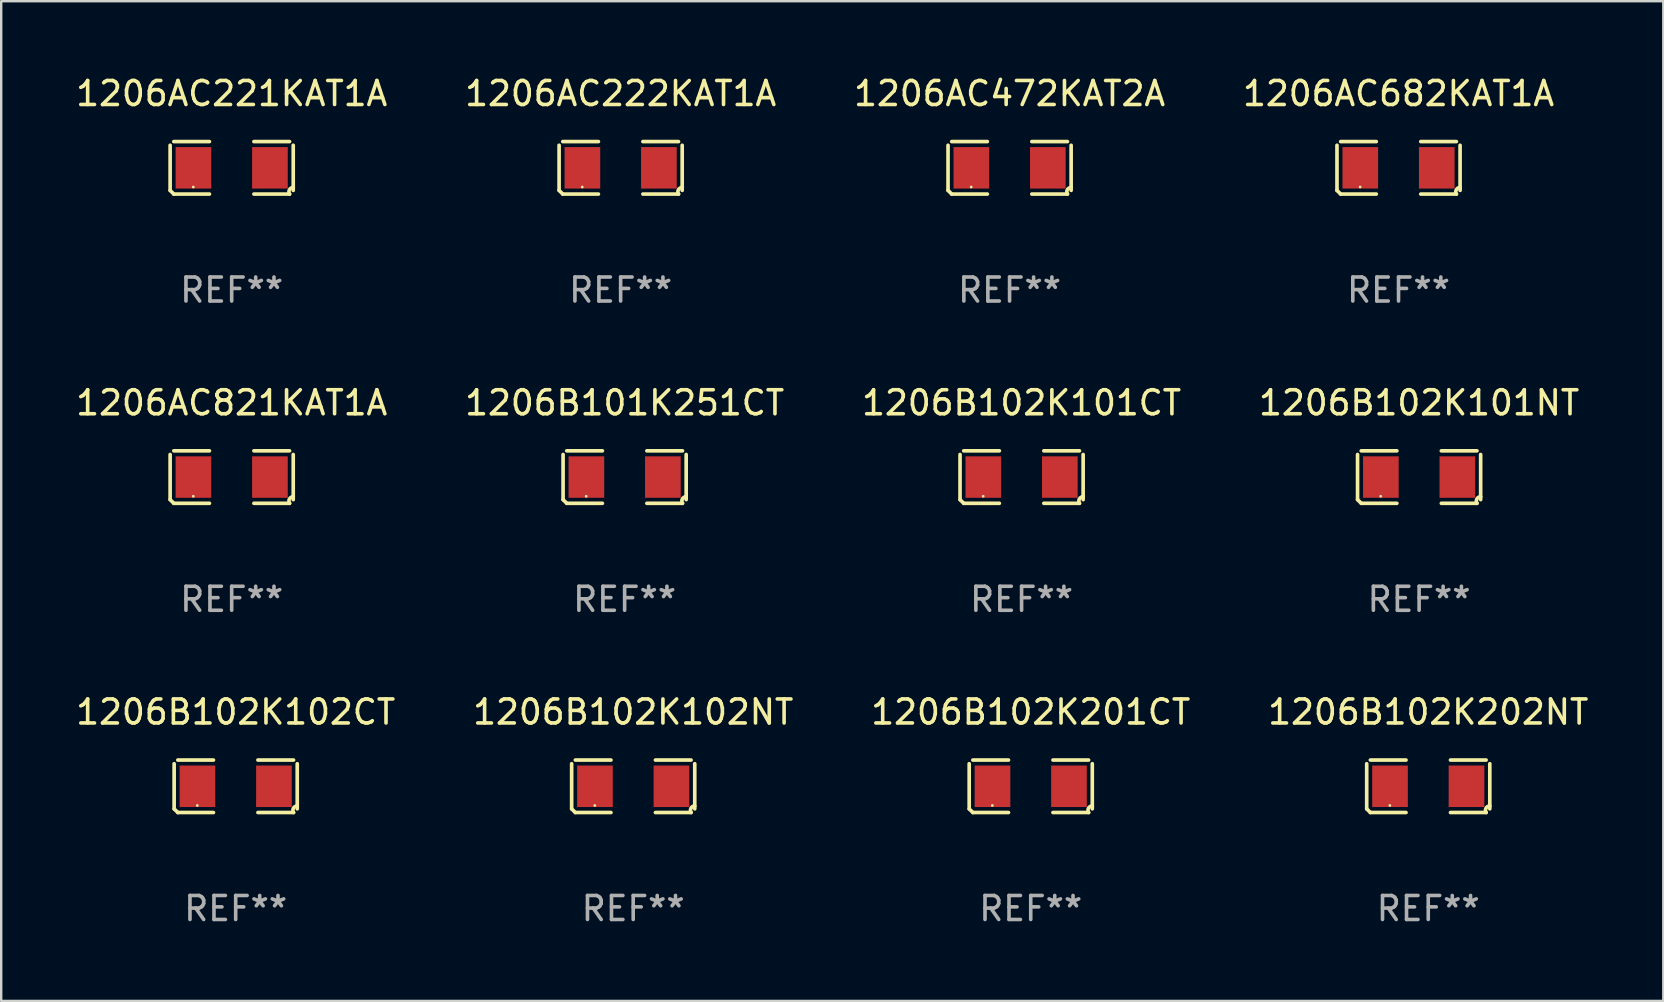
<source format=kicad_pcb>
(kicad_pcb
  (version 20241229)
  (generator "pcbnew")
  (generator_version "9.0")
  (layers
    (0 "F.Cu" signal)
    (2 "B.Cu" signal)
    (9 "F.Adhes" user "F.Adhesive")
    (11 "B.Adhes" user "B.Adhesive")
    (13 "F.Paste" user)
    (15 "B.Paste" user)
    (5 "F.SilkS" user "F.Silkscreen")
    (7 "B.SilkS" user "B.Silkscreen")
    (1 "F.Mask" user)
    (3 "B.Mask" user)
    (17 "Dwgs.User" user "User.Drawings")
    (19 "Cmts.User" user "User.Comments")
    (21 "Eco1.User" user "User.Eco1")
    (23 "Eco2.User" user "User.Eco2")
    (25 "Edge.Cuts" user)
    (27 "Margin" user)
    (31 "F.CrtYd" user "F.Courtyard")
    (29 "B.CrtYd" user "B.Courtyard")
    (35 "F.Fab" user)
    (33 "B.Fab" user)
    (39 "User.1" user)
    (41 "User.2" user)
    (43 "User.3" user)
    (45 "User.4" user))
  (footprint "1206B102K102NT"
    (layer "F.Cu")
    (at 23.327 29.704)
    (property "Reference" "1206B102K102NT" (at 0 -3.093 0) (layer "F.SilkS") (effects (font (size 1 1) (thickness 0.15))))
    (attr through_hole)
    (fp_line (start -2.564 0.94) (end -2.564 -0.94) (stroke (width 0.152) (type solid)) (layer "F.SilkS"))
    (fp_line (start -2.411 -1.093) (end -0.926 -1.093) (stroke (width 0.152) (type solid)) (layer "F.SilkS"))
    (fp_line (start -0.926 1.093) (end -2.411 1.093) (stroke (width 0.152) (type solid)) (layer "F.SilkS"))
    (fp_line (start 0.926 1.093) (end 2.411 1.093) (stroke (width 0.152) (type solid)) (layer "F.SilkS"))
    (fp_line (start 2.411 -1.093) (end 0.926 -1.093) (stroke (width 0.152) (type solid)) (layer "F.SilkS"))
    (fp_line (start 2.564 0.94) (end 2.564 -0.94) (stroke (width 0.152) (type solid)) (layer "F.SilkS"))
    (fp_arc (start -2.411201 1.092609) (mid -2.487413 1.01642) (end -2.563602 0.940208) (stroke (width 0.1524) (type solid)) (layer "F.SilkS"))
    (fp_arc (start 2.411201 1.092609) (mid 2.407159 0.911226) (end 2.563602 0.819347) (stroke (width 0.1524) (type solid)) (layer "F.SilkS"))
    (fp_circle (center -1.6 0.8) (end -1.57 0.8) (stroke (width 0.06) (type solid)) (fill no) (layer "F.SilkS"))
    (fp_text user "REF**" (at 0 5.093 0) (layer "F.Fab") (effects (font (size 1 1) (thickness 0.15))))
    (pad "1" smd rect (at -1.593 0) (size 1.485 1.728) (layers "F.Cu" "F.Mask" "F.Paste"))
    (pad "2" smd rect (at 1.593 0) (size 1.485 1.728) (layers "F.Cu" "F.Mask" "F.Paste")))
  (footprint "1206B102K101NT"
    (layer "F.Cu")
    (at 56.065 16.823)
    (property "Reference" "1206B102K101NT" (at 0 -3.093 0) (layer "F.SilkS") (effects (font (size 1 1) (thickness 0.15))))
    (attr through_hole)
    (fp_line (start -2.564 0.94) (end -2.564 -0.94) (stroke (width 0.152) (type solid)) (layer "F.SilkS"))
    (fp_line (start -2.411 -1.093) (end -0.926 -1.093) (stroke (width 0.152) (type solid)) (layer "F.SilkS"))
    (fp_line (start -0.926 1.093) (end -2.411 1.093) (stroke (width 0.152) (type solid)) (layer "F.SilkS"))
    (fp_line (start 0.926 1.093) (end 2.411 1.093) (stroke (width 0.152) (type solid)) (layer "F.SilkS"))
    (fp_line (start 2.411 -1.093) (end 0.926 -1.093) (stroke (width 0.152) (type solid)) (layer "F.SilkS"))
    (fp_line (start 2.564 0.94) (end 2.564 -0.94) (stroke (width 0.152) (type solid)) (layer "F.SilkS"))
    (fp_arc (start -2.411201 1.092609) (mid -2.487413 1.01642) (end -2.563602 0.940208) (stroke (width 0.1524) (type solid)) (layer "F.SilkS"))
    (fp_arc (start 2.411201 1.092609) (mid 2.407159 0.911226) (end 2.563602 0.819347) (stroke (width 0.1524) (type solid)) (layer "F.SilkS"))
    (fp_circle (center -1.6 0.8) (end -1.57 0.8) (stroke (width 0.06) (type solid)) (fill no) (layer "F.SilkS"))
    (fp_text user "REF**" (at 0 5.093 0) (layer "F.Fab") (effects (font (size 1 1) (thickness 0.15))))
    (pad "1" smd rect (at -1.593 0) (size 1.485 1.728) (layers "F.Cu" "F.Mask" "F.Paste"))
    (pad "2" smd rect (at 1.593 0) (size 1.485 1.728) (layers "F.Cu" "F.Mask" "F.Paste")))
  (footprint "1206AC221KAT1A"
    (layer "F.Cu")
    (at 6.601 3.941)
    (property "Reference" "1206AC221KAT1A" (at 0 -3.093 0) (layer "F.SilkS") (effects (font (size 1 1) (thickness 0.15))))
    (attr through_hole)
    (fp_line (start -2.564 0.94) (end -2.564 -0.94) (stroke (width 0.152) (type solid)) (layer "F.SilkS"))
    (fp_line (start -2.411 -1.093) (end -0.926 -1.093) (stroke (width 0.152) (type solid)) (layer "F.SilkS"))
    (fp_line (start -0.926 1.093) (end -2.411 1.093) (stroke (width 0.152) (type solid)) (layer "F.SilkS"))
    (fp_line (start 0.926 1.093) (end 2.411 1.093) (stroke (width 0.152) (type solid)) (layer "F.SilkS"))
    (fp_line (start 2.411 -1.093) (end 0.926 -1.093) (stroke (width 0.152) (type solid)) (layer "F.SilkS"))
    (fp_line (start 2.564 0.94) (end 2.564 -0.94) (stroke (width 0.152) (type solid)) (layer "F.SilkS"))
    (fp_arc (start -2.411201 1.092609) (mid -2.487413 1.01642) (end -2.563602 0.940208) (stroke (width 0.1524) (type solid)) (layer "F.SilkS"))
    (fp_arc (start 2.411201 1.092609) (mid 2.407159 0.911226) (end 2.563602 0.819347) (stroke (width 0.1524) (type solid)) (layer "F.SilkS"))
    (fp_circle (center -1.6 0.8) (end -1.57 0.8) (stroke (width 0.06) (type solid)) (fill no) (layer "F.SilkS"))
    (fp_text user "REF**" (at 0 5.093 0) (layer "F.Fab") (effects (font (size 1 1) (thickness 0.15))))
    (pad "1" smd rect (at -1.593 0) (size 1.485 1.728) (layers "F.Cu" "F.Mask" "F.Paste"))
    (pad "2" smd rect (at 1.593 0) (size 1.485 1.728) (layers "F.Cu" "F.Mask" "F.Paste")))
  (footprint "1206B101K251CT"
    (layer "F.Cu")
    (at 22.97 16.823)
    (property "Reference" "1206B101K251CT" (at 0 -3.093 0) (layer "F.SilkS") (effects (font (size 1 1) (thickness 0.15))))
    (attr through_hole)
    (fp_line (start -2.564 0.94) (end -2.564 -0.94) (stroke (width 0.152) (type solid)) (layer "F.SilkS"))
    (fp_line (start -2.411 -1.093) (end -0.926 -1.093) (stroke (width 0.152) (type solid)) (layer "F.SilkS"))
    (fp_line (start -0.926 1.093) (end -2.411 1.093) (stroke (width 0.152) (type solid)) (layer "F.SilkS"))
    (fp_line (start 0.926 1.093) (end 2.411 1.093) (stroke (width 0.152) (type solid)) (layer "F.SilkS"))
    (fp_line (start 2.411 -1.093) (end 0.926 -1.093) (stroke (width 0.152) (type solid)) (layer "F.SilkS"))
    (fp_line (start 2.564 0.94) (end 2.564 -0.94) (stroke (width 0.152) (type solid)) (layer "F.SilkS"))
    (fp_arc (start -2.411201 1.092609) (mid -2.487413 1.01642) (end -2.563602 0.940208) (stroke (width 0.1524) (type solid)) (layer "F.SilkS"))
    (fp_arc (start 2.411201 1.092609) (mid 2.407159 0.911226) (end 2.563602 0.819347) (stroke (width 0.1524) (type solid)) (layer "F.SilkS"))
    (fp_circle (center -1.6 0.8) (end -1.57 0.8) (stroke (width 0.06) (type solid)) (fill no) (layer "F.SilkS"))
    (fp_text user "REF**" (at 0 5.093 0) (layer "F.Fab") (effects (font (size 1 1) (thickness 0.15))))
    (pad "1" smd rect (at -1.593 0) (size 1.485 1.728) (layers "F.Cu" "F.Mask" "F.Paste"))
    (pad "2" smd rect (at 1.593 0) (size 1.485 1.728) (layers "F.Cu" "F.Mask" "F.Paste")))
  (footprint "1206B102K202NT"
    (layer "F.Cu")
    (at 56.446 29.704)
    (property "Reference" "1206B102K202NT" (at 0 -3.093 0) (layer "F.SilkS") (effects (font (size 1 1) (thickness 0.15))))
    (attr through_hole)
    (fp_line (start -2.564 0.94) (end -2.564 -0.94) (stroke (width 0.152) (type solid)) (layer "F.SilkS"))
    (fp_line (start -2.411 -1.093) (end -0.926 -1.093) (stroke (width 0.152) (type solid)) (layer "F.SilkS"))
    (fp_line (start -0.926 1.093) (end -2.411 1.093) (stroke (width 0.152) (type solid)) (layer "F.SilkS"))
    (fp_line (start 0.926 1.093) (end 2.411 1.093) (stroke (width 0.152) (type solid)) (layer "F.SilkS"))
    (fp_line (start 2.411 -1.093) (end 0.926 -1.093) (stroke (width 0.152) (type solid)) (layer "F.SilkS"))
    (fp_line (start 2.564 0.94) (end 2.564 -0.94) (stroke (width 0.152) (type solid)) (layer "F.SilkS"))
    (fp_arc (start -2.411201 1.092609) (mid -2.487413 1.01642) (end -2.563602 0.940208) (stroke (width 0.1524) (type solid)) (layer "F.SilkS"))
    (fp_arc (start 2.411201 1.092609) (mid 2.407159 0.911226) (end 2.563602 0.819347) (stroke (width 0.1524) (type solid)) (layer "F.SilkS"))
    (fp_circle (center -1.6 0.8) (end -1.57 0.8) (stroke (width 0.06) (type solid)) (fill no) (layer "F.SilkS"))
    (fp_text user "REF**" (at 0 5.093 0) (layer "F.Fab") (effects (font (size 1 1) (thickness 0.15))))
    (pad "1" smd rect (at -1.593 0) (size 1.485 1.728) (layers "F.Cu" "F.Mask" "F.Paste"))
    (pad "2" smd rect (at 1.593 0) (size 1.485 1.728) (layers "F.Cu" "F.Mask" "F.Paste")))
  (footprint "1206AC222KAT1A"
    (layer "F.Cu")
    (at 22.804 3.941)
    (property "Reference" "1206AC222KAT1A" (at 0 -3.093 0) (layer "F.SilkS") (effects (font (size 1 1) (thickness 0.15))))
    (attr through_hole)
    (fp_line (start -2.564 0.94) (end -2.564 -0.94) (stroke (width 0.152) (type solid)) (layer "F.SilkS"))
    (fp_line (start -2.411 -1.093) (end -0.926 -1.093) (stroke (width 0.152) (type solid)) (layer "F.SilkS"))
    (fp_line (start -0.926 1.093) (end -2.411 1.093) (stroke (width 0.152) (type solid)) (layer "F.SilkS"))
    (fp_line (start 0.926 1.093) (end 2.411 1.093) (stroke (width 0.152) (type solid)) (layer "F.SilkS"))
    (fp_line (start 2.411 -1.093) (end 0.926 -1.093) (stroke (width 0.152) (type solid)) (layer "F.SilkS"))
    (fp_line (start 2.564 0.94) (end 2.564 -0.94) (stroke (width 0.152) (type solid)) (layer "F.SilkS"))
    (fp_arc (start -2.411201 1.092609) (mid -2.487413 1.01642) (end -2.563602 0.940208) (stroke (width 0.1524) (type solid)) (layer "F.SilkS"))
    (fp_arc (start 2.411201 1.092609) (mid 2.407159 0.911226) (end 2.563602 0.819347) (stroke (width 0.1524) (type solid)) (layer "F.SilkS"))
    (fp_circle (center -1.6 0.8) (end -1.57 0.8) (stroke (width 0.06) (type solid)) (fill no) (layer "F.SilkS"))
    (fp_text user "REF**" (at 0 5.093 0) (layer "F.Fab") (effects (font (size 1 1) (thickness 0.15))))
    (pad "1" smd rect (at -1.593 0) (size 1.485 1.728) (layers "F.Cu" "F.Mask" "F.Paste"))
    (pad "2" smd rect (at 1.593 0) (size 1.485 1.728) (layers "F.Cu" "F.Mask" "F.Paste")))
  (footprint "1206AC472KAT2A"
    (layer "F.Cu")
    (at 39.006 3.941)
    (property "Reference" "1206AC472KAT2A" (at 0 -3.093 0) (layer "F.SilkS") (effects (font (size 1 1) (thickness 0.15))))
    (attr through_hole)
    (fp_line (start -2.564 0.94) (end -2.564 -0.94) (stroke (width 0.152) (type solid)) (layer "F.SilkS"))
    (fp_line (start -2.411 -1.093) (end -0.926 -1.093) (stroke (width 0.152) (type solid)) (layer "F.SilkS"))
    (fp_line (start -0.926 1.093) (end -2.411 1.093) (stroke (width 0.152) (type solid)) (layer "F.SilkS"))
    (fp_line (start 0.926 1.093) (end 2.411 1.093) (stroke (width 0.152) (type solid)) (layer "F.SilkS"))
    (fp_line (start 2.411 -1.093) (end 0.926 -1.093) (stroke (width 0.152) (type solid)) (layer "F.SilkS"))
    (fp_line (start 2.564 0.94) (end 2.564 -0.94) (stroke (width 0.152) (type solid)) (layer "F.SilkS"))
    (fp_arc (start -2.411201 1.092609) (mid -2.487413 1.01642) (end -2.563602 0.940208) (stroke (width 0.1524) (type solid)) (layer "F.SilkS"))
    (fp_arc (start 2.411201 1.092609) (mid 2.407159 0.911226) (end 2.563602 0.819347) (stroke (width 0.1524) (type solid)) (layer "F.SilkS"))
    (fp_circle (center -1.6 0.8) (end -1.57 0.8) (stroke (width 0.06) (type solid)) (fill no) (layer "F.SilkS"))
    (fp_text user "REF**" (at 0 5.093 0) (layer "F.Fab") (effects (font (size 1 1) (thickness 0.15))))
    (pad "1" smd rect (at -1.593 0) (size 1.485 1.728) (layers "F.Cu" "F.Mask" "F.Paste"))
    (pad "2" smd rect (at 1.593 0) (size 1.485 1.728) (layers "F.Cu" "F.Mask" "F.Paste")))
  (footprint "1206B102K102CT"
    (layer "F.Cu")
    (at 6.768 29.704)
    (property "Reference" "1206B102K102CT" (at 0 -3.093 0) (layer "F.SilkS") (effects (font (size 1 1) (thickness 0.15))))
    (attr through_hole)
    (fp_line (start -2.564 0.94) (end -2.564 -0.94) (stroke (width 0.152) (type solid)) (layer "F.SilkS"))
    (fp_line (start -2.411 -1.093) (end -0.926 -1.093) (stroke (width 0.152) (type solid)) (layer "F.SilkS"))
    (fp_line (start -0.926 1.093) (end -2.411 1.093) (stroke (width 0.152) (type solid)) (layer "F.SilkS"))
    (fp_line (start 0.926 1.093) (end 2.411 1.093) (stroke (width 0.152) (type solid)) (layer "F.SilkS"))
    (fp_line (start 2.411 -1.093) (end 0.926 -1.093) (stroke (width 0.152) (type solid)) (layer "F.SilkS"))
    (fp_line (start 2.564 0.94) (end 2.564 -0.94) (stroke (width 0.152) (type solid)) (layer "F.SilkS"))
    (fp_arc (start -2.411201 1.092609) (mid -2.487413 1.01642) (end -2.563602 0.940208) (stroke (width 0.1524) (type solid)) (layer "F.SilkS"))
    (fp_arc (start 2.411201 1.092609) (mid 2.407159 0.911226) (end 2.563602 0.819347) (stroke (width 0.1524) (type solid)) (layer "F.SilkS"))
    (fp_circle (center -1.6 0.8) (end -1.57 0.8) (stroke (width 0.06) (type solid)) (fill no) (layer "F.SilkS"))
    (fp_text user "REF**" (at 0 5.093 0) (layer "F.Fab") (effects (font (size 1 1) (thickness 0.15))))
    (pad "1" smd rect (at -1.593 0) (size 1.485 1.728) (layers "F.Cu" "F.Mask" "F.Paste"))
    (pad "2" smd rect (at 1.593 0) (size 1.485 1.728) (layers "F.Cu" "F.Mask" "F.Paste")))
  (footprint "1206B102K101CT"
    (layer "F.Cu")
    (at 39.506 16.823)
    (property "Reference" "1206B102K101CT" (at 0 -3.093 0) (layer "F.SilkS") (effects (font (size 1 1) (thickness 0.15))))
    (attr through_hole)
    (fp_line (start -2.564 0.94) (end -2.564 -0.94) (stroke (width 0.152) (type solid)) (layer "F.SilkS"))
    (fp_line (start -2.411 -1.093) (end -0.926 -1.093) (stroke (width 0.152) (type solid)) (layer "F.SilkS"))
    (fp_line (start -0.926 1.093) (end -2.411 1.093) (stroke (width 0.152) (type solid)) (layer "F.SilkS"))
    (fp_line (start 0.926 1.093) (end 2.411 1.093) (stroke (width 0.152) (type solid)) (layer "F.SilkS"))
    (fp_line (start 2.411 -1.093) (end 0.926 -1.093) (stroke (width 0.152) (type solid)) (layer "F.SilkS"))
    (fp_line (start 2.564 0.94) (end 2.564 -0.94) (stroke (width 0.152) (type solid)) (layer "F.SilkS"))
    (fp_arc (start -2.411201 1.092609) (mid -2.487413 1.01642) (end -2.563602 0.940208) (stroke (width 0.1524) (type solid)) (layer "F.SilkS"))
    (fp_arc (start 2.411201 1.092609) (mid 2.407159 0.911226) (end 2.563602 0.819347) (stroke (width 0.1524) (type solid)) (layer "F.SilkS"))
    (fp_circle (center -1.6 0.8) (end -1.57 0.8) (stroke (width 0.06) (type solid)) (fill no) (layer "F.SilkS"))
    (fp_text user "REF**" (at 0 5.093 0) (layer "F.Fab") (effects (font (size 1 1) (thickness 0.15))))
    (pad "1" smd rect (at -1.593 0) (size 1.485 1.728) (layers "F.Cu" "F.Mask" "F.Paste"))
    (pad "2" smd rect (at 1.593 0) (size 1.485 1.728) (layers "F.Cu" "F.Mask" "F.Paste")))
  (footprint "1206AC682KAT1A"
    (layer "F.Cu")
    (at 55.208 3.941)
    (property "Reference" "1206AC682KAT1A" (at 0 -3.093 0) (layer "F.SilkS") (effects (font (size 1 1) (thickness 0.15))))
    (attr through_hole)
    (fp_line (start -2.564 0.94) (end -2.564 -0.94) (stroke (width 0.152) (type solid)) (layer "F.SilkS"))
    (fp_line (start -2.411 -1.093) (end -0.926 -1.093) (stroke (width 0.152) (type solid)) (layer "F.SilkS"))
    (fp_line (start -0.926 1.093) (end -2.411 1.093) (stroke (width 0.152) (type solid)) (layer "F.SilkS"))
    (fp_line (start 0.926 1.093) (end 2.411 1.093) (stroke (width 0.152) (type solid)) (layer "F.SilkS"))
    (fp_line (start 2.411 -1.093) (end 0.926 -1.093) (stroke (width 0.152) (type solid)) (layer "F.SilkS"))
    (fp_line (start 2.564 0.94) (end 2.564 -0.94) (stroke (width 0.152) (type solid)) (layer "F.SilkS"))
    (fp_arc (start -2.411201 1.092609) (mid -2.487413 1.01642) (end -2.563602 0.940208) (stroke (width 0.1524) (type solid)) (layer "F.SilkS"))
    (fp_arc (start 2.411201 1.092609) (mid 2.407159 0.911226) (end 2.563602 0.819347) (stroke (width 0.1524) (type solid)) (layer "F.SilkS"))
    (fp_circle (center -1.6 0.8) (end -1.57 0.8) (stroke (width 0.06) (type solid)) (fill no) (layer "F.SilkS"))
    (fp_text user "REF**" (at 0 5.093 0) (layer "F.Fab") (effects (font (size 1 1) (thickness 0.15))))
    (pad "1" smd rect (at -1.593 0) (size 1.485 1.728) (layers "F.Cu" "F.Mask" "F.Paste"))
    (pad "2" smd rect (at 1.593 0) (size 1.485 1.728) (layers "F.Cu" "F.Mask" "F.Paste")))
  (footprint "1206B102K201CT"
    (layer "F.Cu")
    (at 39.887 29.704)
    (property "Reference" "1206B102K201CT" (at 0 -3.093 0) (layer "F.SilkS") (effects (font (size 1 1) (thickness 0.15))))
    (attr through_hole)
    (fp_line (start -2.564 0.94) (end -2.564 -0.94) (stroke (width 0.152) (type solid)) (layer "F.SilkS"))
    (fp_line (start -2.411 -1.093) (end -0.926 -1.093) (stroke (width 0.152) (type solid)) (layer "F.SilkS"))
    (fp_line (start -0.926 1.093) (end -2.411 1.093) (stroke (width 0.152) (type solid)) (layer "F.SilkS"))
    (fp_line (start 0.926 1.093) (end 2.411 1.093) (stroke (width 0.152) (type solid)) (layer "F.SilkS"))
    (fp_line (start 2.411 -1.093) (end 0.926 -1.093) (stroke (width 0.152) (type solid)) (layer "F.SilkS"))
    (fp_line (start 2.564 0.94) (end 2.564 -0.94) (stroke (width 0.152) (type solid)) (layer "F.SilkS"))
    (fp_arc (start -2.411201 1.092609) (mid -2.487413 1.01642) (end -2.563602 0.940208) (stroke (width 0.1524) (type solid)) (layer "F.SilkS"))
    (fp_arc (start 2.411201 1.092609) (mid 2.407159 0.911226) (end 2.563602 0.819347) (stroke (width 0.1524) (type solid)) (layer "F.SilkS"))
    (fp_circle (center -1.6 0.8) (end -1.57 0.8) (stroke (width 0.06) (type solid)) (fill no) (layer "F.SilkS"))
    (fp_text user "REF**" (at 0 5.093 0) (layer "F.Fab") (effects (font (size 1 1) (thickness 0.15))))
    (pad "1" smd rect (at -1.593 0) (size 1.485 1.728) (layers "F.Cu" "F.Mask" "F.Paste"))
    (pad "2" smd rect (at 1.593 0) (size 1.485 1.728) (layers "F.Cu" "F.Mask" "F.Paste")))
  (footprint "1206AC821KAT1A"
    (layer "F.Cu")
    (at 6.601 16.823)
    (property "Reference" "1206AC821KAT1A" (at 0 -3.093 0) (layer "F.SilkS") (effects (font (size 1 1) (thickness 0.15))))
    (attr through_hole)
    (fp_line (start -2.564 0.94) (end -2.564 -0.94) (stroke (width 0.152) (type solid)) (layer "F.SilkS"))
    (fp_line (start -2.411 -1.093) (end -0.926 -1.093) (stroke (width 0.152) (type solid)) (layer "F.SilkS"))
    (fp_line (start -0.926 1.093) (end -2.411 1.093) (stroke (width 0.152) (type solid)) (layer "F.SilkS"))
    (fp_line (start 0.926 1.093) (end 2.411 1.093) (stroke (width 0.152) (type solid)) (layer "F.SilkS"))
    (fp_line (start 2.411 -1.093) (end 0.926 -1.093) (stroke (width 0.152) (type solid)) (layer "F.SilkS"))
    (fp_line (start 2.564 0.94) (end 2.564 -0.94) (stroke (width 0.152) (type solid)) (layer "F.SilkS"))
    (fp_arc (start -2.411201 1.092609) (mid -2.487413 1.01642) (end -2.563602 0.940208) (stroke (width 0.1524) (type solid)) (layer "F.SilkS"))
    (fp_arc (start 2.411201 1.092609) (mid 2.407159 0.911226) (end 2.563602 0.819347) (stroke (width 0.1524) (type solid)) (layer "F.SilkS"))
    (fp_circle (center -1.6 0.8) (end -1.57 0.8) (stroke (width 0.06) (type solid)) (fill no) (layer "F.SilkS"))
    (fp_text user "REF**" (at 0 5.093 0) (layer "F.Fab") (effects (font (size 1 1) (thickness 0.15))))
    (pad "1" smd rect (at -1.593 0) (size 1.485 1.728) (layers "F.Cu" "F.Mask" "F.Paste"))
    (pad "2" smd rect (at 1.593 0) (size 1.485 1.728) (layers "F.Cu" "F.Mask" "F.Paste")))
  (gr_rect
    (start -3 -3)
    (end 66.238 38.645)
    (stroke (width 0.1) (type default))
    (fill no)
    (layer "Edge.Cuts")))
</source>
